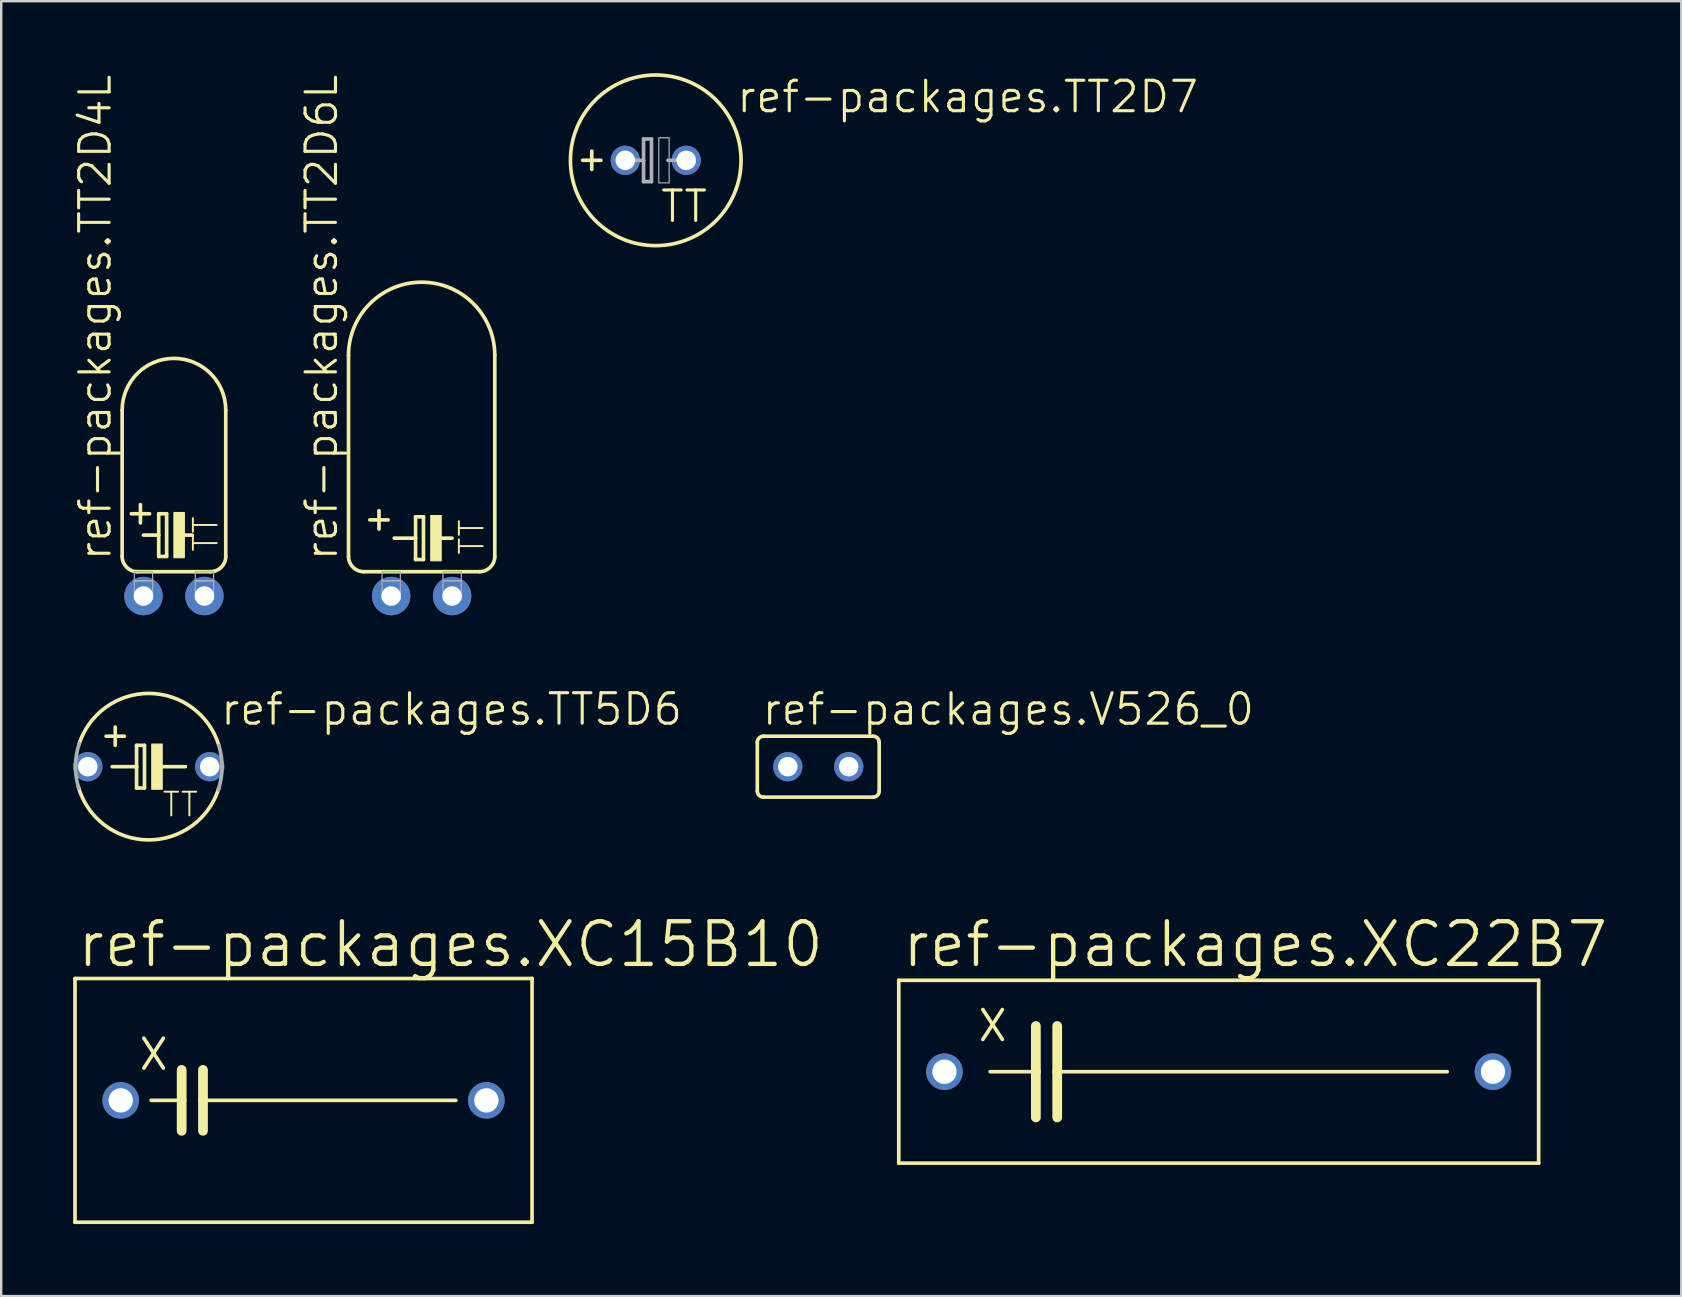
<source format=kicad_pcb>
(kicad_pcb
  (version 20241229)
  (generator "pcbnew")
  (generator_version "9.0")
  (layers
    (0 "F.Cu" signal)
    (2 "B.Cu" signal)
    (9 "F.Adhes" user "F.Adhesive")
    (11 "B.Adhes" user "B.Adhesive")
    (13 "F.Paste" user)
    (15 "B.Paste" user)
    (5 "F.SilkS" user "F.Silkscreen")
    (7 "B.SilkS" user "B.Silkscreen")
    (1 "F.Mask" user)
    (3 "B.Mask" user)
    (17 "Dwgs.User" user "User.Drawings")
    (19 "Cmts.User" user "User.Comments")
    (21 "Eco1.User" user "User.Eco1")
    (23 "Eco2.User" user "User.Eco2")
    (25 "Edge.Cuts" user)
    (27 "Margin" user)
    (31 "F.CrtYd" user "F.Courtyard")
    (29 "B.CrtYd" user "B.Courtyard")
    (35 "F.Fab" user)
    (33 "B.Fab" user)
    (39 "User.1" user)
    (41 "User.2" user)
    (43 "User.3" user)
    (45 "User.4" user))
  (footprint "ref-packages.V526_0"
    (layer "F.Cu")
    (at 31.054 28.904)
    (property "Reference" "ref-packages.V526_0" (at -2.413 -1.651 0) (layer "F.SilkS") (effects (font (size 1.27 1.27) (thickness 0.13)) (justify left bottom)))
    (attr through_hole)
    (fp_line (start -2.54 -1.016) (end -2.54 1.016) (stroke (width 0.152) (type default)) (layer "F.SilkS"))
    (fp_line (start -2.286 1.27) (end 2.286 1.27) (stroke (width 0.152) (type default)) (layer "F.SilkS"))
    (fp_line (start 2.286 -1.27) (end -2.286 -1.27) (stroke (width 0.152) (type default)) (layer "F.SilkS"))
    (fp_line (start 2.54 1.016) (end 2.54 -1.016) (stroke (width 0.152) (type default)) (layer "F.SilkS"))
    (fp_arc (start -2.54 -1.016) (mid -2.465605 -1.195605) (end -2.286 -1.27) (stroke (width 0.1524) (type default)) (layer "F.SilkS"))
    (fp_arc (start -2.286 1.27) (mid -2.465605 1.195605) (end -2.54 1.016) (stroke (width 0.1524) (type default)) (layer "F.SilkS"))
    (fp_arc (start 2.286 -1.27) (mid 2.465605 -1.195605) (end 2.54 -1.016) (stroke (width 0.1524) (type default)) (layer "F.SilkS"))
    (fp_arc (start 2.54 1.016) (mid 2.465605 1.195605) (end 2.286 1.27) (stroke (width 0.1524) (type default)) (layer "F.SilkS"))
    (pad "1" thru_hole circle (at -1.27 0) (size 1.219 1.219) (drill 0.813) (layers "*.Cu" "*.Mask"))
    (pad "2" thru_hole circle (at 1.27 0) (size 1.219 1.219) (drill 0.813) (layers "*.Cu" "*.Mask")))
  (footprint "ref-packages.TT5D6"
    (layer "F.Cu")
    (at 3.15 28.904)
    (property "Reference" "ref-packages.TT5D6" (at 2.921 -1.651 0) (layer "F.SilkS") (effects (font (size 1.27 1.27) (thickness 0.13)) (justify left bottom)))
    (attr through_hole)
    (fp_line (start -1.778 -1.27) (end -1.016 -1.27) (stroke (width 0.152) (type default)) (layer "F.SilkS"))
    (fp_line (start -1.524 0) (end -0.508 0) (stroke (width 0.152) (type default)) (layer "F.SilkS"))
    (fp_line (start -1.397 -1.651) (end -1.397 -0.889) (stroke (width 0.152) (type default)) (layer "F.SilkS"))
    (fp_line (start -0.508 -0.889) (end -0.508 0) (stroke (width 0.152) (type default)) (layer "F.SilkS"))
    (fp_line (start -0.508 0) (end -0.508 0.889) (stroke (width 0.152) (type default)) (layer "F.SilkS"))
    (fp_line (start -0.508 0.889) (end -0.178 0.889) (stroke (width 0.152) (type default)) (layer "F.SilkS"))
    (fp_line (start -0.178 -0.889) (end -0.508 -0.889) (stroke (width 0.152) (type default)) (layer "F.SilkS"))
    (fp_line (start -0.178 0.889) (end -0.178 -0.889) (stroke (width 0.152) (type default)) (layer "F.SilkS"))
    (fp_line (start 0.508 0) (end 1.524 0) (stroke (width 0.152) (type default)) (layer "F.SilkS"))
    (fp_rect (start 0.127 0.94) (end 0.559 -0.94) (stroke (width 0.05) (type default)) (fill yes) (layer "F.SilkS"))
    (fp_arc (start -2.908 -0.9307) (mid 0.021833 -3.053218) (end 2.921 -0.889) (stroke (width 0.1524) (type default)) (layer "F.SilkS"))
    (fp_arc (start 2.9211 0.889) (mid -0.034264 3.05318) (end -2.9403 0.8232) (stroke (width 0.1524) (type default)) (layer "F.SilkS"))
    (fp_arc (start -2.921 0.889) (mid -3.053017 -0.040147) (end -2.8966 -0.9655) (stroke (width 0.1524) (type default)) (layer "F.Fab"))
    (fp_arc (start 2.921 -0.889) (mid 3.053017 0.040147) (end 2.8966 0.9655) (stroke (width 0.1524) (type default)) (layer "F.Fab"))
    (fp_text user "TT" (at 0.508 2.159 0) (layer "F.SilkS") (effects (font (size 0.991 0.991) (thickness 0.08)) (justify left bottom)))
    (pad "+" thru_hole circle (at -2.54 0) (size 1.219 1.219) (drill 0.813) (layers "*.Cu" "*.Mask"))
    (pad "-" thru_hole circle (at 2.54 0) (size 1.219 1.219) (drill 0.813) (layers "*.Cu" "*.Mask")))
  (footprint "ref-packages.TT2D7"
    (layer "F.Cu")
    (at 24.281 3.632)
    (property "Reference" "ref-packages.TT2D7" (at 3.302 -1.905 0) (layer "F.SilkS") (effects (font (size 1.27 1.27) (thickness 0.13)) (justify left bottom)))
    (attr through_hole)
    (fp_line (start -2.667 0.381) (end -2.667 -0.381) (stroke (width 0.152) (type default)) (layer "F.SilkS"))
    (fp_line (start -2.286 0) (end -3.048 0) (stroke (width 0.152) (type default)) (layer "F.SilkS"))
    (fp_circle (center 0 0) (end 3.556 0) (stroke (width 0.152) (type default)) (fill no) (layer "F.SilkS"))
    (fp_line (start -1.016 0) (end -0.508 0) (stroke (width 0.152) (type default)) (layer "F.Fab"))
    (fp_line (start -0.508 -0.889) (end -0.508 0) (stroke (width 0.152) (type default)) (layer "F.Fab"))
    (fp_line (start -0.508 0) (end -0.508 0.889) (stroke (width 0.152) (type default)) (layer "F.Fab"))
    (fp_line (start -0.508 0.889) (end -0.178 0.889) (stroke (width 0.152) (type default)) (layer "F.Fab"))
    (fp_line (start -0.178 -0.889) (end -0.508 -0.889) (stroke (width 0.152) (type default)) (layer "F.Fab"))
    (fp_line (start -0.178 0.889) (end -0.178 -0.889) (stroke (width 0.152) (type default)) (layer "F.Fab"))
    (fp_line (start 0.508 0) (end 1.016 0) (stroke (width 0.152) (type default)) (layer "F.Fab"))
    (fp_rect (start 0.127 0.94) (end 0.559 -0.94) (stroke (width 0.05) (type default)) (fill no) (layer "F.Fab"))
    (fp_text user "TT" (at 0.127 2.667 0) (layer "F.SilkS") (effects (font (size 1.27 1.27) (thickness 0.13)) (justify left bottom)))
    (pad "+" thru_hole circle (at -1.27 0) (size 1.219 1.219) (drill 0.813) (layers "*.Cu" "*.Mask"))
    (pad "-" thru_hole circle (at 1.27 0) (size 1.219 1.219) (drill 0.813) (layers "*.Cu" "*.Mask")))
  (footprint "ref-packages.TT2D4L"
    (layer "F.Cu")
    (at 4.2 21.793)
    (property "Reference" "ref-packages.TT2D4L" (at -2.54 -1.397 90) (layer "F.SilkS") (effects (font (size 1.27 1.27) (thickness 0.13)) (justify left bottom)))
    (attr through_hole)
    (fp_line (start -2.159 -7.747) (end -2.159 -1.651) (stroke (width 0.152) (type default)) (layer "F.SilkS"))
    (fp_line (start -1.778 -3.429) (end -1.016 -3.429) (stroke (width 0.152) (type default)) (layer "F.SilkS"))
    (fp_line (start -1.524 -1.016) (end 1.524 -1.016) (stroke (width 0.152) (type default)) (layer "F.SilkS"))
    (fp_line (start -1.397 -3.81) (end -1.397 -3.048) (stroke (width 0.152) (type default)) (layer "F.SilkS"))
    (fp_line (start -1.27 -2.54) (end -0.635 -2.54) (stroke (width 0.152) (type default)) (layer "F.SilkS"))
    (fp_line (start -0.635 -3.429) (end -0.635 -2.54) (stroke (width 0.152) (type default)) (layer "F.SilkS"))
    (fp_line (start -0.635 -2.54) (end -0.635 -1.651) (stroke (width 0.152) (type default)) (layer "F.SilkS"))
    (fp_line (start -0.635 -1.651) (end -0.305 -1.651) (stroke (width 0.152) (type default)) (layer "F.SilkS"))
    (fp_line (start -0.305 -3.429) (end -0.635 -3.429) (stroke (width 0.152) (type default)) (layer "F.SilkS"))
    (fp_line (start -0.305 -1.651) (end -0.305 -3.429) (stroke (width 0.152) (type default)) (layer "F.SilkS"))
    (fp_line (start 0.254 -2.54) (end 0.762 -2.54) (stroke (width 0.152) (type default)) (layer "F.SilkS"))
    (fp_line (start 2.159 -7.747) (end 2.159 -1.651) (stroke (width 0.152) (type default)) (layer "F.SilkS"))
    (fp_rect (start 0 -1.6) (end 0.432 -3.48) (stroke (width 0.05) (type default)) (fill yes) (layer "F.SilkS"))
    (fp_arc (start -2.159 -7.747) (mid 0 -9.906) (end 2.159 -7.747) (stroke (width 0.1524) (type default)) (layer "F.SilkS"))
    (fp_arc (start -1.524 -1.016) (mid -1.973013 -1.201987) (end -2.159 -1.651) (stroke (width 0.1524) (type default)) (layer "F.SilkS"))
    (fp_arc (start 2.159 -1.651) (mid 1.973013 -1.201987) (end 1.524 -1.016) (stroke (width 0.1524) (type default)) (layer "F.SilkS"))
    (fp_rect (start -1.651 -0.635) (end -0.889 -1.016) (stroke (width 0.05) (type default)) (fill no) (layer "F.Fab"))
    (fp_rect (start -1.651 0.127) (end -0.889 -0.635) (stroke (width 0.05) (type default)) (fill no) (layer "F.Fab"))
    (fp_rect (start 0.889 -0.635) (end 1.651 -1.016) (stroke (width 0.05) (type default)) (fill no) (layer "F.Fab"))
    (fp_rect (start 0.889 0.127) (end 1.651 -0.635) (stroke (width 0.05) (type default)) (fill no) (layer "F.Fab"))
    (fp_text user "TT" (at 1.905 -1.778 90) (layer "F.SilkS") (effects (font (size 0.991 0.991) (thickness 0.08)) (justify left bottom)))
    (pad "+" thru_hole circle (at -1.27 0) (size 1.6 1.6) (drill 0.813) (layers "*.Cu" "*.Mask"))
    (pad "-" thru_hole circle (at 1.27 0) (size 1.6 1.6) (drill 0.813) (layers "*.Cu" "*.Mask")))
  (footprint "ref-packages.XC15B10"
    (layer "F.Cu")
    (at 9.601 42.812)
    (property "Reference" "ref-packages.XC15B10" (at -9.525 -5.461 0) (layer "F.SilkS") (effects (font (size 1.778 1.778) (thickness 0.18)) (justify left bottom)))
    (attr through_hole)
    (fp_line (start -9.525 5.08) (end -9.525 -5.08) (stroke (width 0.152) (type default)) (layer "F.SilkS"))
    (fp_line (start -9.525 5.08) (end 9.525 5.08) (stroke (width 0.152) (type default)) (layer "F.SilkS"))
    (fp_line (start -6.655 -2.591) (end -5.842 -1.346) (stroke (width 0.152) (type default)) (layer "F.SilkS"))
    (fp_line (start -6.655 -1.346) (end -5.842 -2.591) (stroke (width 0.152) (type default)) (layer "F.SilkS"))
    (fp_line (start -6.35 0) (end -5.08 0) (stroke (width 0.152) (type default)) (layer "F.SilkS"))
    (fp_line (start -5.08 -1.27) (end -5.08 0) (stroke (width 0.406) (type default)) (layer "F.SilkS"))
    (fp_line (start -5.08 0) (end -5.08 1.27) (stroke (width 0.406) (type default)) (layer "F.SilkS"))
    (fp_line (start -4.191 -1.27) (end -4.191 0) (stroke (width 0.406) (type default)) (layer "F.SilkS"))
    (fp_line (start -4.191 0) (end -4.191 1.27) (stroke (width 0.406) (type default)) (layer "F.SilkS"))
    (fp_line (start 6.35 0) (end -4.191 0) (stroke (width 0.152) (type default)) (layer "F.SilkS"))
    (fp_line (start 9.525 -5.08) (end -9.525 -5.08) (stroke (width 0.152) (type default)) (layer "F.SilkS"))
    (fp_line (start 9.525 -5.08) (end 9.525 5.08) (stroke (width 0.152) (type default)) (layer "F.SilkS"))
    (pad "1" thru_hole circle (at -7.62 0) (size 1.524 1.524) (drill 1.016) (layers "*.Cu" "*.Mask"))
    (pad "2" thru_hole circle (at 7.62 0) (size 1.524 1.524) (drill 1.016) (layers "*.Cu" "*.Mask")))
  (footprint "ref-packages.TT2D6L"
    (layer "F.Cu")
    (at 14.524 21.793)
    (property "Reference" "ref-packages.TT2D6L" (at -3.429 -1.397 90) (layer "F.SilkS") (effects (font (size 1.27 1.27) (thickness 0.13)) (justify left bottom)))
    (attr through_hole)
    (fp_line (start -3.048 -10.033) (end -3.048 -1.651) (stroke (width 0.152) (type default)) (layer "F.SilkS"))
    (fp_line (start -2.413 -1.016) (end 2.413 -1.016) (stroke (width 0.152) (type default)) (layer "F.SilkS"))
    (fp_line (start -2.159 -3.175) (end -1.397 -3.175) (stroke (width 0.152) (type default)) (layer "F.SilkS"))
    (fp_line (start -1.778 -2.794) (end -1.778 -3.556) (stroke (width 0.152) (type default)) (layer "F.SilkS"))
    (fp_line (start -1.143 -2.413) (end -0.254 -2.413) (stroke (width 0.152) (type default)) (layer "F.SilkS"))
    (fp_line (start -0.254 -3.302) (end -0.254 -2.413) (stroke (width 0.152) (type default)) (layer "F.SilkS"))
    (fp_line (start -0.254 -2.413) (end -0.254 -1.524) (stroke (width 0.152) (type default)) (layer "F.SilkS"))
    (fp_line (start -0.254 -1.524) (end 0.076 -1.524) (stroke (width 0.152) (type default)) (layer "F.SilkS"))
    (fp_line (start 0.076 -3.302) (end -0.254 -3.302) (stroke (width 0.152) (type default)) (layer "F.SilkS"))
    (fp_line (start 0.076 -1.524) (end 0.076 -3.302) (stroke (width 0.152) (type default)) (layer "F.SilkS"))
    (fp_line (start 0.762 -2.413) (end 1.27 -2.413) (stroke (width 0.152) (type default)) (layer "F.SilkS"))
    (fp_line (start 3.048 -10.033) (end 3.048 -1.651) (stroke (width 0.152) (type default)) (layer "F.SilkS"))
    (fp_rect (start 0.381 -1.473) (end 0.813 -3.353) (stroke (width 0.05) (type default)) (fill yes) (layer "F.SilkS"))
    (fp_arc (start -3.048 -10.033) (mid 0 -13.081) (end 3.048 -10.033) (stroke (width 0.1524) (type default)) (layer "F.SilkS"))
    (fp_arc (start -2.413 -1.016) (mid -2.862013 -1.201987) (end -3.048 -1.651) (stroke (width 0.1524) (type default)) (layer "F.SilkS"))
    (fp_arc (start 3.048 -1.651) (mid 2.862013 -1.201987) (end 2.413 -1.016) (stroke (width 0.1524) (type default)) (layer "F.SilkS"))
    (fp_rect (start -1.651 -0.635) (end -0.889 -1.016) (stroke (width 0.05) (type default)) (fill no) (layer "F.Fab"))
    (fp_rect (start -1.651 0.127) (end -0.889 -0.635) (stroke (width 0.05) (type default)) (fill no) (layer "F.Fab"))
    (fp_rect (start 0.889 -0.635) (end 1.651 -1.016) (stroke (width 0.05) (type default)) (fill no) (layer "F.Fab"))
    (fp_rect (start 0.889 0.127) (end 1.651 -0.635) (stroke (width 0.05) (type default)) (fill no) (layer "F.Fab"))
    (fp_text user "TT" (at 2.667 -1.651 90) (layer "F.SilkS") (effects (font (size 0.991 0.991) (thickness 0.08)) (justify left bottom)))
    (pad "+" thru_hole circle (at -1.27 0) (size 1.6 1.6) (drill 0.813) (layers "*.Cu" "*.Mask"))
    (pad "-" thru_hole circle (at 1.27 0) (size 1.6 1.6) (drill 0.813) (layers "*.Cu" "*.Mask")))
  (footprint "ref-packages.XC22B7"
    (layer "F.Cu")
    (at 47.744 41.618)
    (property "Reference" "ref-packages.XC22B7" (at -13.284 -4.267 0) (layer "F.SilkS") (effects (font (size 1.778 1.778) (thickness 0.18)) (justify left bottom)))
    (attr through_hole)
    (fp_line (start -13.335 -3.81) (end 13.335 -3.81) (stroke (width 0.152) (type default)) (layer "F.SilkS"))
    (fp_line (start -13.335 3.81) (end -13.335 -3.81) (stroke (width 0.152) (type default)) (layer "F.SilkS"))
    (fp_line (start -9.83 -2.591) (end -9.017 -1.346) (stroke (width 0.152) (type default)) (layer "F.SilkS"))
    (fp_line (start -9.83 -1.346) (end -9.017 -2.591) (stroke (width 0.152) (type default)) (layer "F.SilkS"))
    (fp_line (start -9.525 0) (end -7.62 0) (stroke (width 0.152) (type default)) (layer "F.SilkS"))
    (fp_line (start -7.62 -1.905) (end -7.62 0) (stroke (width 0.406) (type default)) (layer "F.SilkS"))
    (fp_line (start -7.62 0) (end -7.62 1.905) (stroke (width 0.406) (type default)) (layer "F.SilkS"))
    (fp_line (start -6.731 -1.905) (end -6.731 0) (stroke (width 0.406) (type default)) (layer "F.SilkS"))
    (fp_line (start -6.731 0) (end -6.731 1.905) (stroke (width 0.406) (type default)) (layer "F.SilkS"))
    (fp_line (start -6.731 0) (end 9.525 0) (stroke (width 0.152) (type default)) (layer "F.SilkS"))
    (fp_line (start 13.335 -3.81) (end 13.335 3.81) (stroke (width 0.152) (type default)) (layer "F.SilkS"))
    (fp_line (start 13.335 3.81) (end -13.335 3.81) (stroke (width 0.152) (type default)) (layer "F.SilkS"))
    (pad "1" thru_hole circle (at -11.43 0) (size 1.524 1.524) (drill 1.016) (layers "*.Cu" "*.Mask"))
    (pad "2" thru_hole circle (at 11.43 0) (size 1.524 1.524) (drill 1.016) (layers "*.Cu" "*.Mask")))
  (gr_rect
    (start -3 -3)
    (end 67.024 50.968)
    (stroke (width 0.1) (type default))
    (fill no)
    (layer "Edge.Cuts")))
</source>
